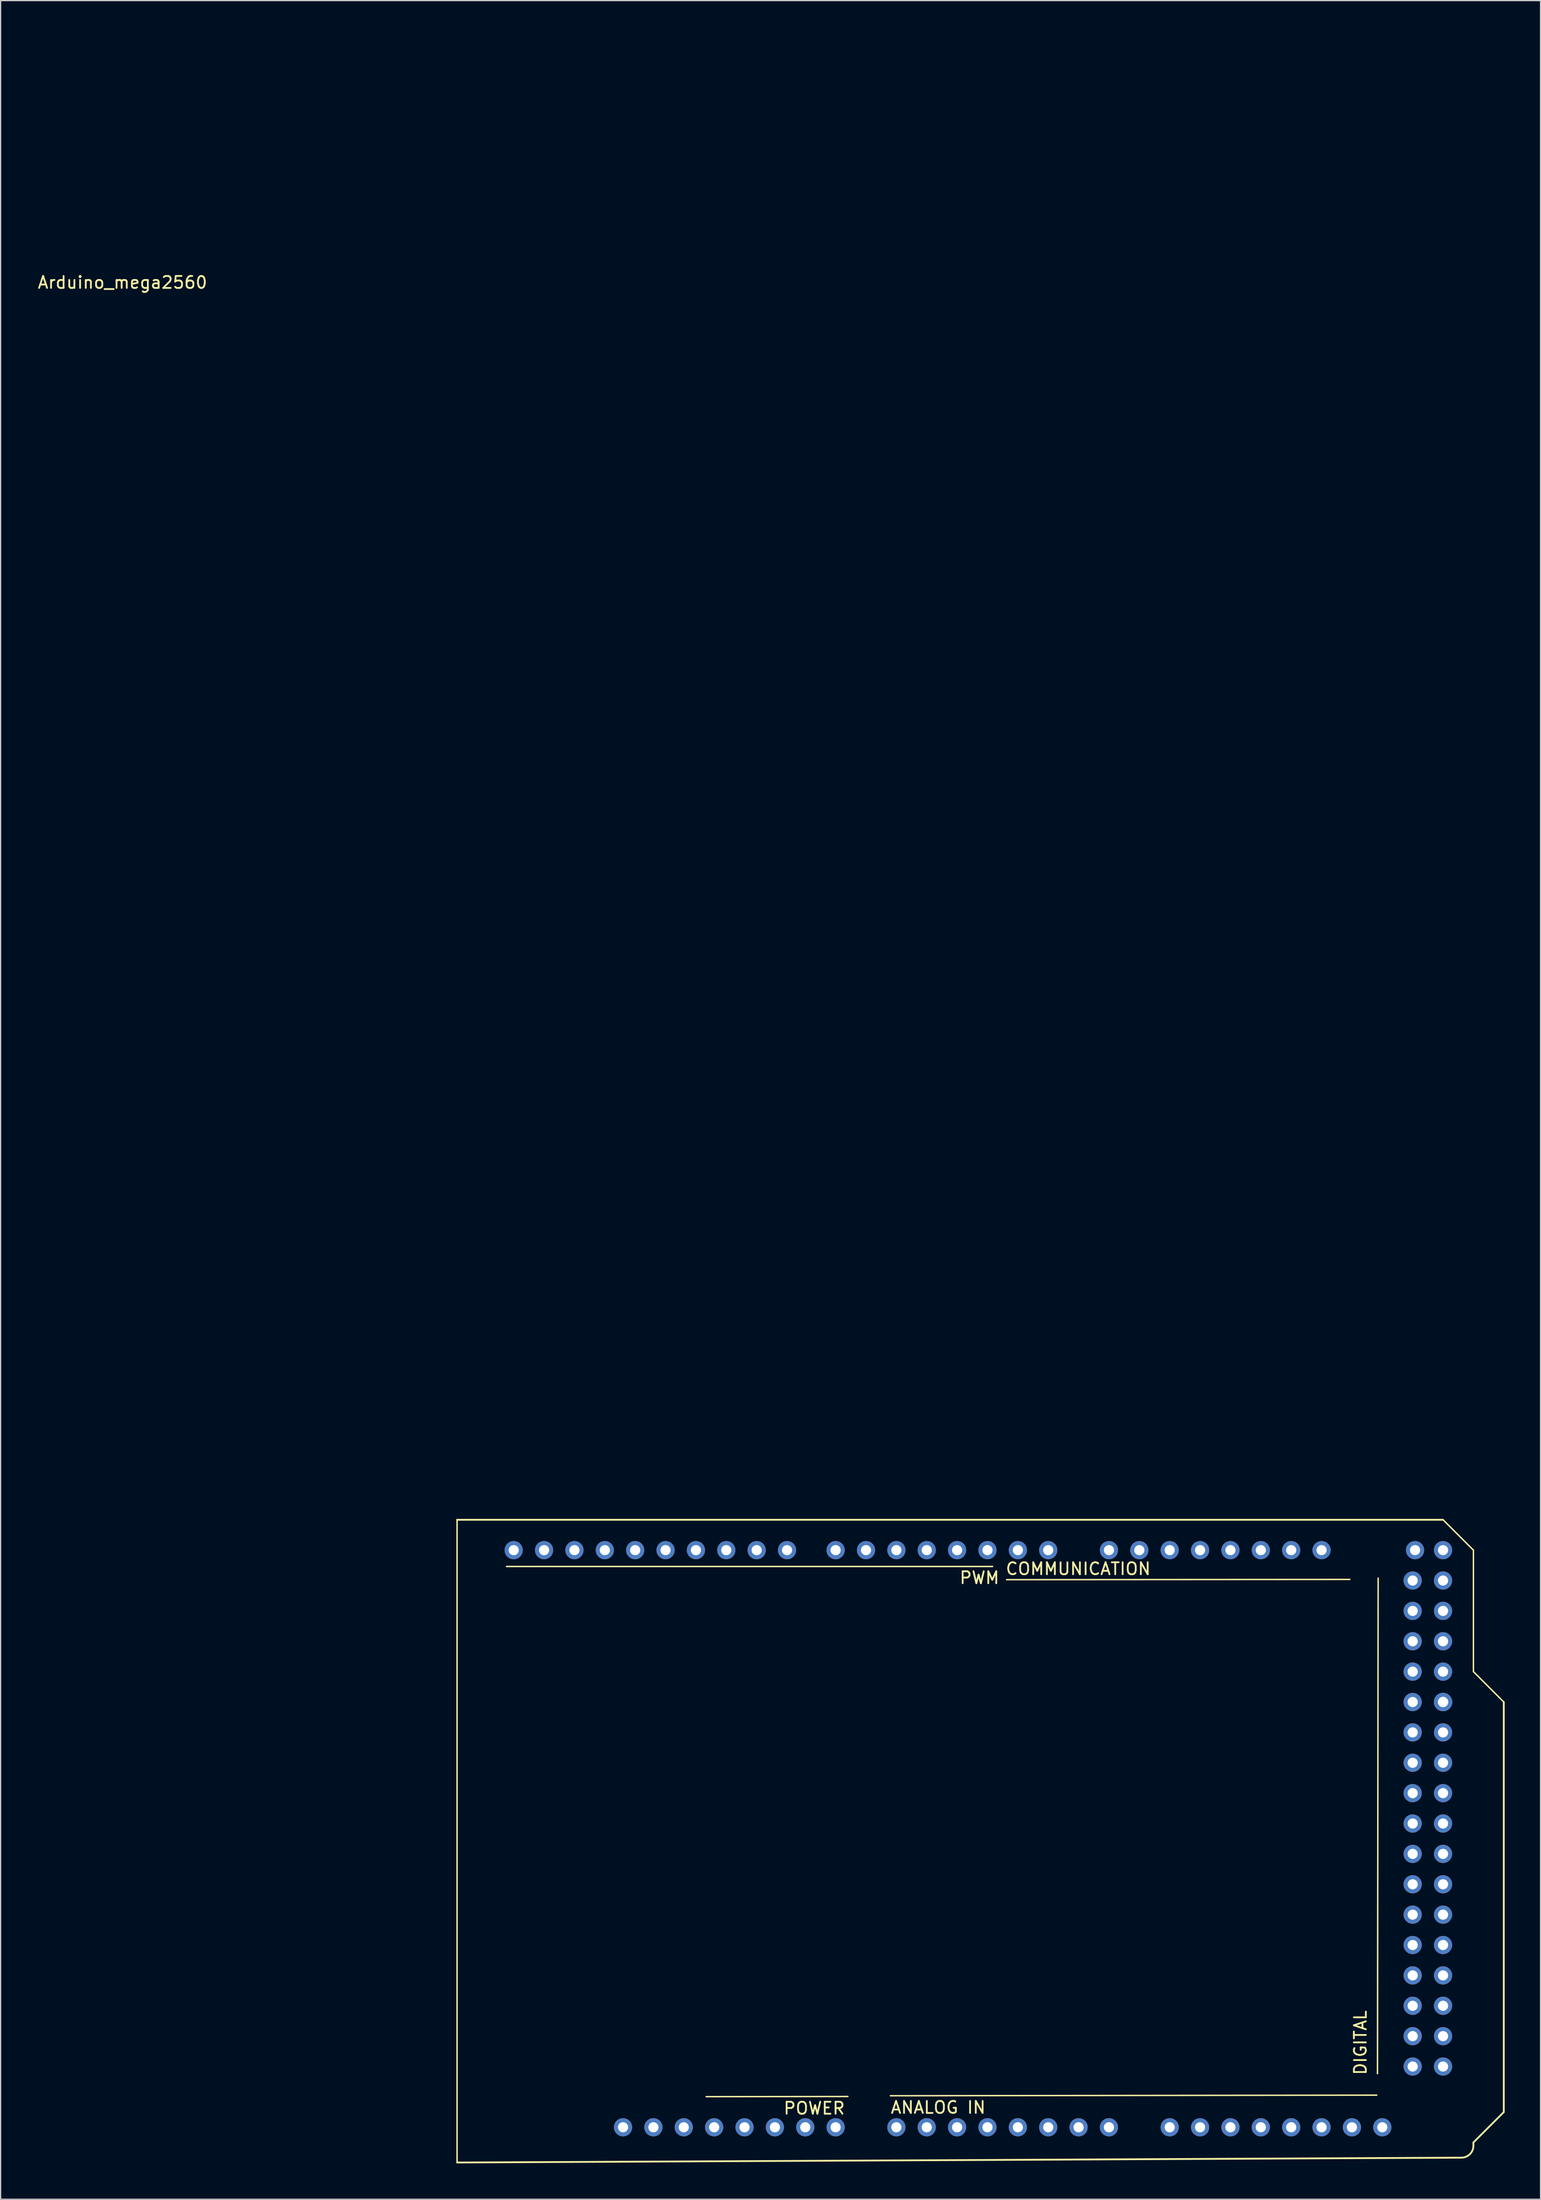
<source format=kicad_pcb>
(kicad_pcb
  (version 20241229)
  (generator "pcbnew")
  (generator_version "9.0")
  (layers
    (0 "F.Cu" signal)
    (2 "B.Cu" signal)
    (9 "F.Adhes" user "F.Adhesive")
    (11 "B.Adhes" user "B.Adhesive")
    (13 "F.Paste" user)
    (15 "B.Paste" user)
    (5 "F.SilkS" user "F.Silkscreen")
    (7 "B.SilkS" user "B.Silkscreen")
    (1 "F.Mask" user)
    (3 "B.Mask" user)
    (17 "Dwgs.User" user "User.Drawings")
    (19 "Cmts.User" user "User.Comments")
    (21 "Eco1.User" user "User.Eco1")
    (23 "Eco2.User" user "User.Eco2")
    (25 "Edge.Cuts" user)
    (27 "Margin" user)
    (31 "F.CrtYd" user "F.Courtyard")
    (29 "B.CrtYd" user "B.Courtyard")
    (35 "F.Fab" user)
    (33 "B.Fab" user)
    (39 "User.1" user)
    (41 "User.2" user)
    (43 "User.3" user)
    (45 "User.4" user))
  (footprint "Arduino_mega2560"
    (layer "F.Cu")
    (at 8.466 0.25)
    (property "Reference" "Arduino_mega2560" (at -1.27 20.32 0) (layer "F.SilkS") (effects (font (size 1 1) (thickness 0.15))))
    (attr through_hole)
    (fp_line (start 26.71 123.784) (end 26.71 177.53) (stroke (width 0.12) (type solid)) (layer "F.SilkS"))
    (fp_line (start 26.71 123.784) (end 109.171 123.784) (stroke (width 0.15) (type solid)) (layer "F.SilkS"))
    (fp_line (start 59.395 172.009) (end 47.544 172.024) (stroke (width 0.12) (type solid)) (layer "F.SilkS"))
    (fp_line (start 71.496 127.691) (end 30.841 127.691) (stroke (width 0.12) (type solid)) (layer "F.SilkS"))
    (fp_line (start 101.376 128.773) (end 72.669 128.793) (stroke (width 0.12) (type solid)) (layer "F.SilkS"))
    (fp_line (start 103.627 171.897) (end 62.951 171.948) (stroke (width 0.12) (type solid)) (layer "F.SilkS"))
    (fp_line (start 103.744 128.666) (end 103.688 170.104) (stroke (width 0.12) (type solid)) (layer "F.SilkS"))
    (fp_line (start 109.171 123.784) (end 111.711 126.324) (stroke (width 0.12) (type solid)) (layer "F.SilkS"))
    (fp_line (start 110.711 177.124) (end 26.71 177.53) (stroke (width 0.15) (type solid)) (layer "F.SilkS"))
    (fp_line (start 111.711 126.324) (end 111.711 136.484) (stroke (width 0.12) (type solid)) (layer "F.SilkS"))
    (fp_line (start 111.711 136.484) (end 114.251 139.024) (stroke (width 0.12) (type solid)) (layer "F.SilkS"))
    (fp_line (start 111.711 176.124) (end 111.711 175.854) (stroke (width 0.15) (type solid)) (layer "F.SilkS"))
    (fp_line (start 114.251 139.024) (end 114.251 173.314) (stroke (width 0.15) (type solid)) (layer "F.SilkS"))
    (fp_line (start 114.251 173.314) (end 111.711 175.854) (stroke (width 0.15) (type solid)) (layer "F.SilkS"))
    (fp_arc (start 111.7111 176.1236) (mid 111.418207 176.830707) (end 110.7111 177.1236) (stroke (width 0.15) (type solid)) (layer "F.SilkS"))
    (fp_text user "ANALOG IN" (at 66.949 172.928 0) (layer "F.SilkS") (effects (font (size 1 1) (thickness 0.15))))
    (fp_text user "COMMUNICATION" (at 78.659 127.884 0) (layer "F.SilkS") (effects (font (size 1 1) (thickness 0.15))))
    (fp_text user "DIGITAL" (at 102.26 167.508 90) (layer "F.SilkS") (effects (font (size 1 1) (thickness 0.15))))
    (fp_text user "POWER" (at 56.581 172.994 0) (layer "F.SilkS") (effects (font (size 1 1) (thickness 0.15))))
    (fp_text user "PWM" (at 70.399 128.636 0) (layer "F.SilkS") (effects (font (size 1 1) (thickness 0.15))))
    (pad "2" thru_hole circle (at 71.071 126.324) (size 1.524 1.524) (drill 0.85) (layers "*.Cu" "*.Mask"))
    (pad "3" thru_hole circle (at 68.531 126.324) (size 1.524 1.524) (drill 0.85) (layers "*.Cu" "*.Mask"))
    (pad "3.3V" thru_hole circle (at 48.211 174.584) (size 1.524 1.524) (drill 0.85) (layers "*.Cu" "*.Mask"))
    (pad "4" thru_hole circle (at 65.991 126.324) (size 1.524 1.524) (drill 0.85) (layers "*.Cu" "*.Mask"))
    (pad "5" thru_hole circle (at 63.451 126.324) (size 1.524 1.524) (drill 0.85) (layers "*.Cu" "*.Mask"))
    (pad "5V" thru_hole circle (at 50.751 174.584) (size 1.524 1.524) (drill 0.85) (layers "*.Cu" "*.Mask"))
    (pad "5v" thru_hole circle (at 106.831 126.324) (size 1.524 1.524) (drill 0.85) (layers "*.Cu" "*.Mask"))
    (pad "5v" thru_hole circle (at 109.171 126.324) (size 1.524 1.524) (drill 0.85) (layers "*.Cu" "*.Mask"))
    (pad "6" thru_hole circle (at 60.911 126.324) (size 1.524 1.524) (drill 0.85) (layers "*.Cu" "*.Mask"))
    (pad "7" thru_hole circle (at 58.371 126.324) (size 1.524 1.524) (drill 0.85) (layers "*.Cu" "*.Mask"))
    (pad "8" thru_hole circle (at 54.307 126.324) (size 1.524 1.524) (drill 0.85) (layers "*.Cu" "*.Mask"))
    (pad "9" thru_hole circle (at 51.767 126.324) (size 1.524 1.524) (drill 0.85) (layers "*.Cu" "*.Mask"))
    (pad "10" thru_hole circle (at 49.227 126.324) (size 1.524 1.524) (drill 0.85) (layers "*.Cu" "*.Mask"))
    (pad "11" thru_hole circle (at 46.687 126.324) (size 1.524 1.524) (drill 0.85) (layers "*.Cu" "*.Mask"))
    (pad "12" thru_hole circle (at 44.147 126.324) (size 1.524 1.524) (drill 0.85) (layers "*.Cu" "*.Mask"))
    (pad "13" thru_hole circle (at 41.607 126.324) (size 1.524 1.524) (drill 0.85) (layers "*.Cu" "*.Mask"))
    (pad "22" thru_hole circle (at 106.631 128.864) (size 1.524 1.524) (drill 0.85) (layers "*.Cu" "*.Mask"))
    (pad "23" thru_hole circle (at 109.171 128.864) (size 1.524 1.524) (drill 0.85) (layers "*.Cu" "*.Mask"))
    (pad "24" thru_hole circle (at 106.631 131.404) (size 1.524 1.524) (drill 0.85) (layers "*.Cu" "*.Mask"))
    (pad "25" thru_hole circle (at 109.171 131.404) (size 1.524 1.524) (drill 0.85) (layers "*.Cu" "*.Mask"))
    (pad "26" thru_hole circle (at 106.631 133.944) (size 1.524 1.524) (drill 0.85) (layers "*.Cu" "*.Mask"))
    (pad "27" thru_hole circle (at 109.171 133.944) (size 1.524 1.524) (drill 0.85) (layers "*.Cu" "*.Mask"))
    (pad "28" thru_hole circle (at 106.631 136.484) (size 1.524 1.524) (drill 0.85) (layers "*.Cu" "*.Mask"))
    (pad "29" thru_hole circle (at 109.171 136.484) (size 1.524 1.524) (drill 0.85) (layers "*.Cu" "*.Mask"))
    (pad "30" thru_hole circle (at 106.631 139.024) (size 1.524 1.524) (drill 0.85) (layers "*.Cu" "*.Mask"))
    (pad "31" thru_hole circle (at 109.171 139.024) (size 1.524 1.524) (drill 0.85) (layers "*.Cu" "*.Mask"))
    (pad "31" thru_hole circle (at 109.171 139.024) (size 1.524 1.524) (drill 0.85) (layers "*.Cu" "*.Mask"))
    (pad "31" thru_hole circle (at 109.171 139.024) (size 1.524 1.524) (drill 0.85) (layers "*.Cu" "*.Mask"))
    (pad "32" thru_hole circle (at 106.631 141.564) (size 1.524 1.524) (drill 0.85) (layers "*.Cu" "*.Mask"))
    (pad "33" thru_hole circle (at 109.171 141.564) (size 1.524 1.524) (drill 0.85) (layers "*.Cu" "*.Mask"))
    (pad "34" thru_hole circle (at 106.631 144.104) (size 1.524 1.524) (drill 0.85) (layers "*.Cu" "*.Mask"))
    (pad "35" thru_hole circle (at 109.171 144.104) (size 1.524 1.524) (drill 0.85) (layers "*.Cu" "*.Mask"))
    (pad "36" thru_hole circle (at 106.631 146.644) (size 1.524 1.524) (drill 0.85) (layers "*.Cu" "*.Mask"))
    (pad "37" thru_hole circle (at 109.171 146.644) (size 1.524 1.524) (drill 0.85) (layers "*.Cu" "*.Mask"))
    (pad "38" thru_hole circle (at 106.631 149.184) (size 1.524 1.524) (drill 0.85) (layers "*.Cu" "*.Mask"))
    (pad "39" thru_hole circle (at 109.171 149.184) (size 1.524 1.524) (drill 0.85) (layers "*.Cu" "*.Mask"))
    (pad "40" thru_hole circle (at 106.631 151.724) (size 1.524 1.524) (drill 0.85) (layers "*.Cu" "*.Mask"))
    (pad "41" thru_hole circle (at 109.171 151.724) (size 1.524 1.524) (drill 0.85) (layers "*.Cu" "*.Mask"))
    (pad "42" thru_hole circle (at 106.631 154.264) (size 1.524 1.524) (drill 0.85) (layers "*.Cu" "*.Mask"))
    (pad "43" thru_hole circle (at 109.171 154.264) (size 1.524 1.524) (drill 0.85) (layers "*.Cu" "*.Mask"))
    (pad "44" thru_hole circle (at 106.631 156.804) (size 1.524 1.524) (drill 0.85) (layers "*.Cu" "*.Mask"))
    (pad "45" thru_hole circle (at 109.171 156.804) (size 1.524 1.524) (drill 0.85) (layers "*.Cu" "*.Mask"))
    (pad "46" thru_hole circle (at 106.631 159.344) (size 1.524 1.524) (drill 0.85) (layers "*.Cu" "*.Mask"))
    (pad "47" thru_hole circle (at 109.171 159.344) (size 1.524 1.524) (drill 0.85) (layers "*.Cu" "*.Mask"))
    (pad "48" thru_hole circle (at 106.631 161.884) (size 1.524 1.524) (drill 0.85) (layers "*.Cu" "*.Mask"))
    (pad "49" thru_hole circle (at 109.171 161.884) (size 1.524 1.524) (drill 0.85) (layers "*.Cu" "*.Mask"))
    (pad "50" thru_hole circle (at 106.631 164.424) (size 1.524 1.524) (drill 0.85) (layers "*.Cu" "*.Mask"))
    (pad "51" thru_hole circle (at 109.171 164.424) (size 1.524 1.524) (drill 0.85) (layers "*.Cu" "*.Mask"))
    (pad "52" thru_hole circle (at 106.631 166.964) (size 1.524 1.524) (drill 0.85) (layers "*.Cu" "*.Mask"))
    (pad "53" thru_hole circle (at 109.171 166.964) (size 1.524 1.524) (drill 0.85) (layers "*.Cu" "*.Mask"))
    (pad "A0" thru_hole circle (at 63.451 174.584) (size 1.524 1.524) (drill 0.85) (layers "*.Cu" "*.Mask"))
    (pad "A1" thru_hole circle (at 65.991 174.584) (size 1.524 1.524) (drill 0.85) (layers "*.Cu" "*.Mask"))
    (pad "A2" thru_hole circle (at 68.531 174.584) (size 1.524 1.524) (drill 0.85) (layers "*.Cu" "*.Mask"))
    (pad "A3" thru_hole circle (at 71.071 174.584) (size 1.524 1.524) (drill 0.85) (layers "*.Cu" "*.Mask"))
    (pad "A4" thru_hole circle (at 73.611 174.584) (size 1.524 1.524) (drill 0.85) (layers "*.Cu" "*.Mask"))
    (pad "A5" thru_hole circle (at 76.151 174.584) (size 1.524 1.524) (drill 0.85) (layers "*.Cu" "*.Mask"))
    (pad "A6" thru_hole circle (at 78.691 174.584) (size 1.524 1.524) (drill 0.85) (layers "*.Cu" "*.Mask"))
    (pad "A7" thru_hole circle (at 81.231 174.584) (size 1.524 1.524) (drill 0.85) (layers "*.Cu" "*.Mask"))
    (pad "A8" thru_hole circle (at 86.311 174.584) (size 1.524 1.524) (drill 0.85) (layers "*.Cu" "*.Mask"))
    (pad "A9" thru_hole circle (at 88.851 174.584) (size 1.524 1.524) (drill 0.85) (layers "*.Cu" "*.Mask"))
    (pad "A10" thru_hole circle (at 91.391 174.584) (size 1.524 1.524) (drill 0.85) (layers "*.Cu" "*.Mask"))
    (pad "A11" thru_hole circle (at 93.931 174.584) (size 1.524 1.524) (drill 0.85) (layers "*.Cu" "*.Mask"))
    (pad "A12" thru_hole circle (at 96.471 174.584) (size 1.524 1.524) (drill 0.85) (layers "*.Cu" "*.Mask"))
    (pad "A13" thru_hole circle (at 99.011 174.584) (size 1.524 1.524) (drill 0.85) (layers "*.Cu" "*.Mask"))
    (pad "A14" thru_hole circle (at 101.551 174.584) (size 1.524 1.524) (drill 0.85) (layers "*.Cu" "*.Mask"))
    (pad "A15" thru_hole circle (at 104.091 174.584) (size 1.524 1.524) (drill 0.85) (layers "*.Cu" "*.Mask"))
    (pad "AREF" thru_hole circle (at 36.527 126.324) (size 1.524 1.524) (drill 0.85) (layers "*.Cu" "*.Mask"))
    (pad "GND" thru_hole circle (at 39.067 126.324) (size 1.524 1.524) (drill 0.85) (layers "*.Cu" "*.Mask"))
    (pad "GND" thru_hole circle (at 53.291 174.584) (size 1.524 1.524) (drill 0.85) (layers "*.Cu" "*.Mask"))
    (pad "GND" thru_hole circle (at 55.831 174.584) (size 1.524 1.524) (drill 0.85) (layers "*.Cu" "*.Mask"))
    (pad "GND" thru_hole circle (at 106.631 169.504) (size 1.524 1.524) (drill 0.85) (layers "*.Cu" "*.Mask"))
    (pad "GND" thru_hole circle (at 109.171 169.504) (size 1.524 1.524) (drill 0.85) (layers "*.Cu" "*.Mask"))
    (pad "IOREF" thru_hole circle (at 43.131 174.584) (size 1.524 1.524) (drill 0.85) (layers "*.Cu" "*.Mask"))
    (pad "NC" thru_hole circle (at 40.591 174.584) (size 1.524 1.524) (drill 0.85) (layers "*.Cu" "*.Mask"))
    (pad "RESET" thru_hole circle (at 45.671 174.584) (size 1.524 1.524) (drill 0.85) (layers "*.Cu" "*.Mask"))
    (pad "RX0 0" thru_hole circle (at 76.151 126.324) (size 1.524 1.524) (drill 0.85) (layers "*.Cu" "*.Mask"))
    (pad "RX1 19" thru_hole circle (at 93.931 126.324) (size 1.524 1.524) (drill 0.85) (layers "*.Cu" "*.Mask"))
    (pad "RX2 17" thru_hole circle (at 88.851 126.324) (size 1.524 1.524) (drill 0.85) (layers "*.Cu" "*.Mask"))
    (pad "RX3 15" thru_hole circle (at 83.771 126.324) (size 1.524 1.524) (drill 0.85) (layers "*.Cu" "*.Mask"))
    (pad "SCL 21" thru_hole circle (at 99.011 126.324) (size 1.524 1.524) (drill 0.85) (layers "*.Cu" "*.Mask"))
    (pad "SCL1" thru_hole circle (at 31.447 126.324) (size 1.524 1.524) (drill 0.85) (layers "*.Cu" "*.Mask"))
    (pad "SDA 20" thru_hole circle (at 96.471 126.324) (size 1.524 1.524) (drill 0.85) (layers "*.Cu" "*.Mask"))
    (pad "SDA1" thru_hole circle (at 33.987 126.324) (size 1.524 1.524) (drill 0.85) (layers "*.Cu" "*.Mask"))
    (pad "TX0 1" thru_hole circle (at 73.611 126.324) (size 1.524 1.524) (drill 0.85) (layers "*.Cu" "*.Mask"))
    (pad "TX1 19" thru_hole circle (at 91.391 126.324) (size 1.524 1.524) (drill 0.85) (layers "*.Cu" "*.Mask"))
    (pad "TX2 16" thru_hole circle (at 86.311 126.324) (size 1.524 1.524) (drill 0.85) (layers "*.Cu" "*.Mask"))
    (pad "TX3 14" thru_hole circle (at 81.231 126.324) (size 1.524 1.524) (drill 0.85) (layers "*.Cu" "*.Mask"))
    (pad "Vin" thru_hole circle (at 58.371 174.584) (size 1.524 1.524) (drill 0.85) (layers "*.Cu" "*.Mask")))
  (gr_rect
    (start -3 -3)
    (end 125.793 180.855)
    (stroke (width 0.1) (type default))
    (fill no)
    (layer "Edge.Cuts")))
</source>
